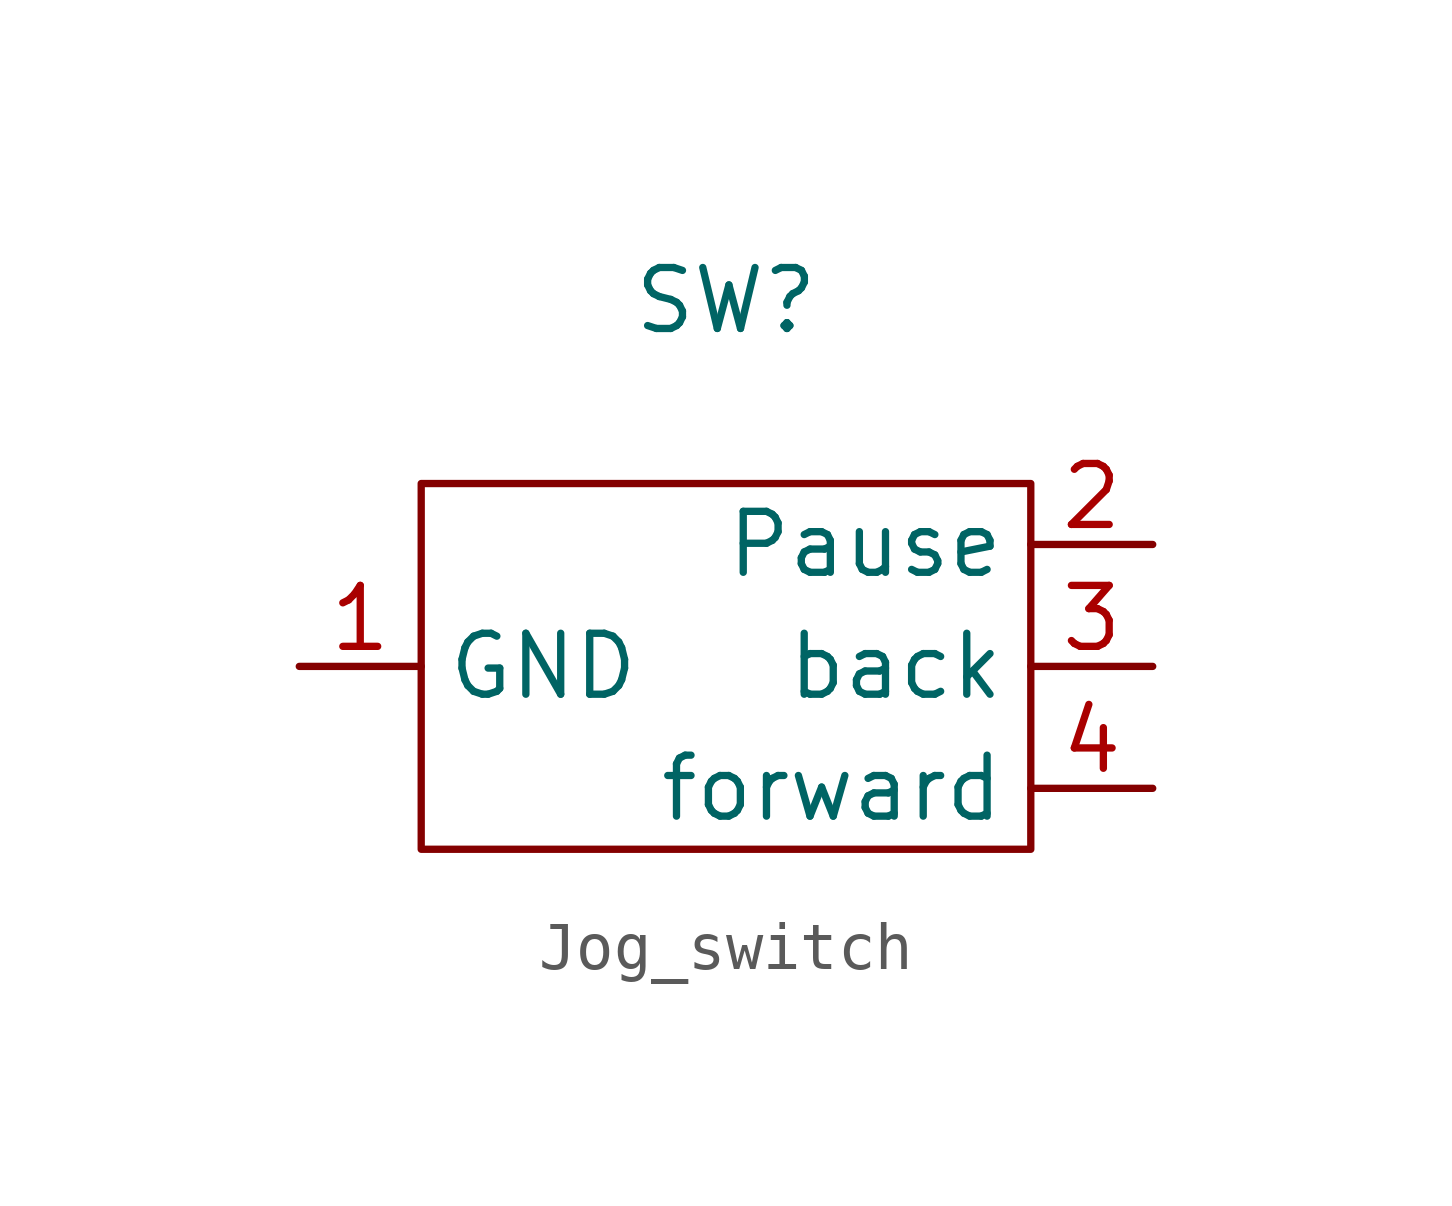
<source format=kicad_sym>
(kicad_symbol_lib
  (version 20220914)
  (generator kicad_symbol_editor)
  (symbol "Jog_switch"
    (property "Reference" "SW"
      (at 6.35 3.81 0)
      (effects (font (size 1.27 1.27))))
    (property "Value" ""
      (at 2.54 1.27 0)
      (effects (font (size 1.27 1.27))))
    (symbol "Jog_switch_0_1"
      (rectangle (start 0 0) (end 12.7 -7.62) (stroke (width 0) (type default)) (fill (type none))))
    (symbol "Jog_switch_1_1"
      (pin power_in line (at -2.54 -3.81 0) (length 2.54) (name "GND" (effects (font (size 1.27 1.27)))) (number "1" (effects (font (size 1.27 1.27)))))
      (pin output line (at 15.24 -1.27 180) (length 2.54) (name "Pause" (effects (font (size 1.27 1.27)))) (number "2" (effects (font (size 1.27 1.27)))))
      (pin output line (at 15.24 -3.81 180) (length 2.54) (name "back" (effects (font (size 1.27 1.27)))) (number "3" (effects (font (size 1.27 1.27)))))
      (pin output line (at 15.24 -6.35 180) (length 2.54) (name "forward" (effects (font (size 1.27 1.27)))) (number "4" (effects (font (size 1.27 1.27))))))))
</source>
